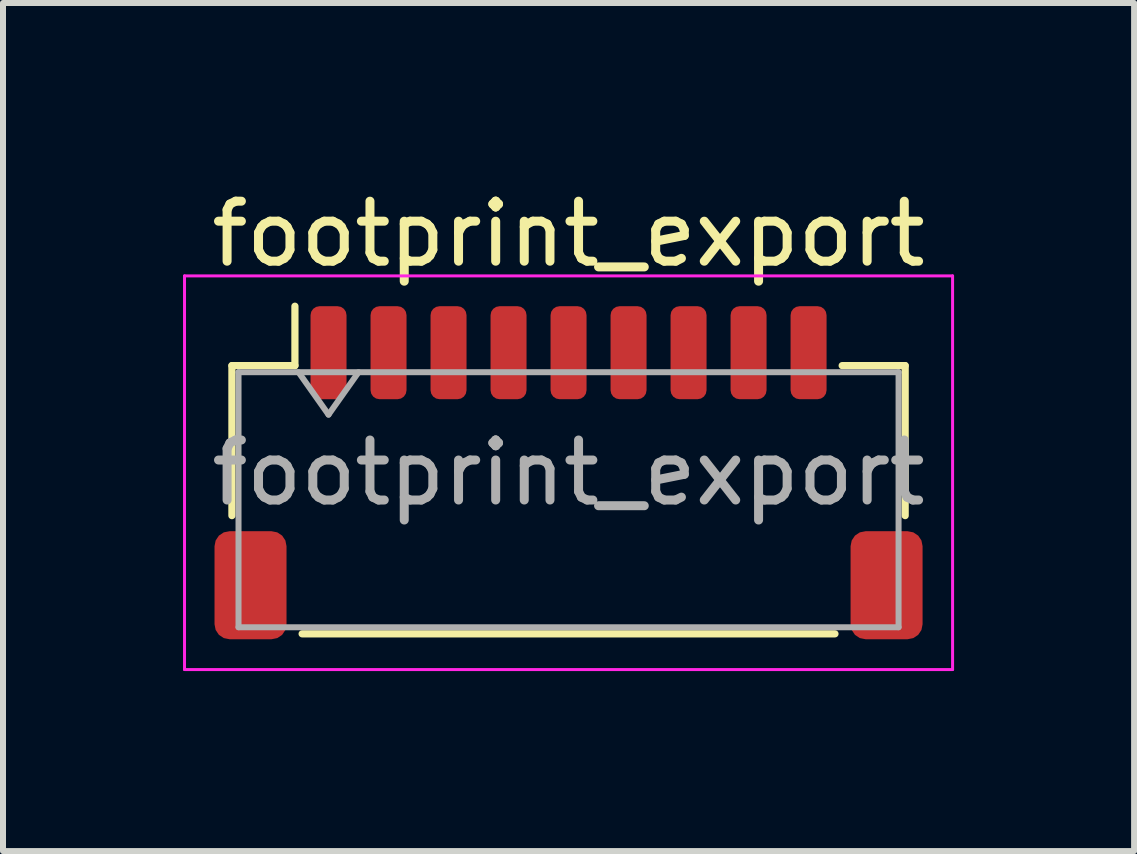
<source format=kicad_pcb>
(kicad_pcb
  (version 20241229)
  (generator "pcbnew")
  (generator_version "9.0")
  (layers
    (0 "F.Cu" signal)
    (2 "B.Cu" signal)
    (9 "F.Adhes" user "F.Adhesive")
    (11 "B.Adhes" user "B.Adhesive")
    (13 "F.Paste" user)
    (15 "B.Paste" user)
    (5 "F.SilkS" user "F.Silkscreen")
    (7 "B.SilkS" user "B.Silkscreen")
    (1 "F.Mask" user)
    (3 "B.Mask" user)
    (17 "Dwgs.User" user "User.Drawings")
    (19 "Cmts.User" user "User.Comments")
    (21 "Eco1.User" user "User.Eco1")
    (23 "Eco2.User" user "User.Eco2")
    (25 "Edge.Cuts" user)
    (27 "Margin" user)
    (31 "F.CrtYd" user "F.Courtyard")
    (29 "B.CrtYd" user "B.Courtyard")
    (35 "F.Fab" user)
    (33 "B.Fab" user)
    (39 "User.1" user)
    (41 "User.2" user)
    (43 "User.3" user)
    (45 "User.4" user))
  (footprint "footprint_export"
    (layer "F.Cu")
    (at 6.425 4.828)
    (property "Reference" "footprint_export" (at 0 -3.98 0) (layer "F.SilkS") (effects (font (size 1 1) (thickness 0.15))))
    (attr smd)
    (fp_line (start -5.61 -1.785) (end -4.56 -1.785) (stroke (width 0.12) (type solid)) (layer "F.SilkS"))
    (fp_line (start -5.61 0.715) (end -5.61 -1.785) (stroke (width 0.12) (type solid)) (layer "F.SilkS"))
    (fp_line (start -4.56 -1.785) (end -4.56 -2.775) (stroke (width 0.12) (type solid)) (layer "F.SilkS"))
    (fp_line (start -4.44 2.685) (end 4.44 2.685) (stroke (width 0.12) (type solid)) (layer "F.SilkS"))
    (fp_line (start 5.61 -1.785) (end 4.56 -1.785) (stroke (width 0.12) (type solid)) (layer "F.SilkS"))
    (fp_line (start 5.61 0.715) (end 5.61 -1.785) (stroke (width 0.12) (type solid)) (layer "F.SilkS"))
    (fp_line (start -6.4 -3.28) (end -6.4 3.28) (stroke (width 0.05) (type solid)) (layer "F.CrtYd"))
    (fp_line (start -6.4 3.28) (end 6.4 3.28) (stroke (width 0.05) (type solid)) (layer "F.CrtYd"))
    (fp_line (start 6.4 -3.28) (end -6.4 -3.28) (stroke (width 0.05) (type solid)) (layer "F.CrtYd"))
    (fp_line (start 6.4 3.28) (end 6.4 -3.28) (stroke (width 0.05) (type solid)) (layer "F.CrtYd"))
    (fp_line (start -5.5 -1.675) (end -5.5 2.575) (stroke (width 0.1) (type solid)) (layer "F.Fab"))
    (fp_line (start -5.5 -1.675) (end 5.5 -1.675) (stroke (width 0.1) (type solid)) (layer "F.Fab"))
    (fp_line (start -5.5 2.575) (end 5.5 2.575) (stroke (width 0.1) (type solid)) (layer "F.Fab"))
    (fp_line (start -4.5 -1.675) (end -4 -0.968) (stroke (width 0.1) (type solid)) (layer "F.Fab"))
    (fp_line (start -4 -0.968) (end -3.5 -1.675) (stroke (width 0.1) (type solid)) (layer "F.Fab"))
    (fp_line (start 5.5 -1.675) (end 5.5 2.575) (stroke (width 0.1) (type solid)) (layer "F.Fab"))
    (fp_text user "${REFERENCE}" (at 0 0 0) (layer "F.Fab") (effects (font (size 1 1) (thickness 0.15))))
    (pad "1" smd roundrect (at -4 -2) (size 0.6 1.55) (layers "F.Cu" "F.Mask" "F.Paste") (roundrect_rratio 0.25))
    (pad "2" smd roundrect (at -3 -2) (size 0.6 1.55) (layers "F.Cu" "F.Mask" "F.Paste") (roundrect_rratio 0.25))
    (pad "3" smd roundrect (at -2 -2) (size 0.6 1.55) (layers "F.Cu" "F.Mask" "F.Paste") (roundrect_rratio 0.25))
    (pad "4" smd roundrect (at -1 -2) (size 0.6 1.55) (layers "F.Cu" "F.Mask" "F.Paste") (roundrect_rratio 0.25))
    (pad "5" smd roundrect (at 0 -2) (size 0.6 1.55) (layers "F.Cu" "F.Mask" "F.Paste") (roundrect_rratio 0.25))
    (pad "6" smd roundrect (at 1 -2) (size 0.6 1.55) (layers "F.Cu" "F.Mask" "F.Paste") (roundrect_rratio 0.25))
    (pad "7" smd roundrect (at 2 -2) (size 0.6 1.55) (layers "F.Cu" "F.Mask" "F.Paste") (roundrect_rratio 0.25))
    (pad "8" smd roundrect (at 3 -2) (size 0.6 1.55) (layers "F.Cu" "F.Mask" "F.Paste") (roundrect_rratio 0.25))
    (pad "9" smd roundrect (at 4 -2) (size 0.6 1.55) (layers "F.Cu" "F.Mask" "F.Paste") (roundrect_rratio 0.25))
    (pad "MP" smd roundrect (at -5.3 1.875) (size 1.2 1.8) (layers "F.Cu" "F.Mask" "F.Paste") (roundrect_rratio 0.208))
    (pad "MP" smd roundrect (at 5.3 1.875) (size 1.2 1.8) (layers "F.Cu" "F.Mask" "F.Paste") (roundrect_rratio 0.208)))
  (gr_rect
    (start -3 -3)
    (end 15.85 11.133)
    (stroke (width 0.1) (type default))
    (fill no)
    (layer "Edge.Cuts")))
</source>
